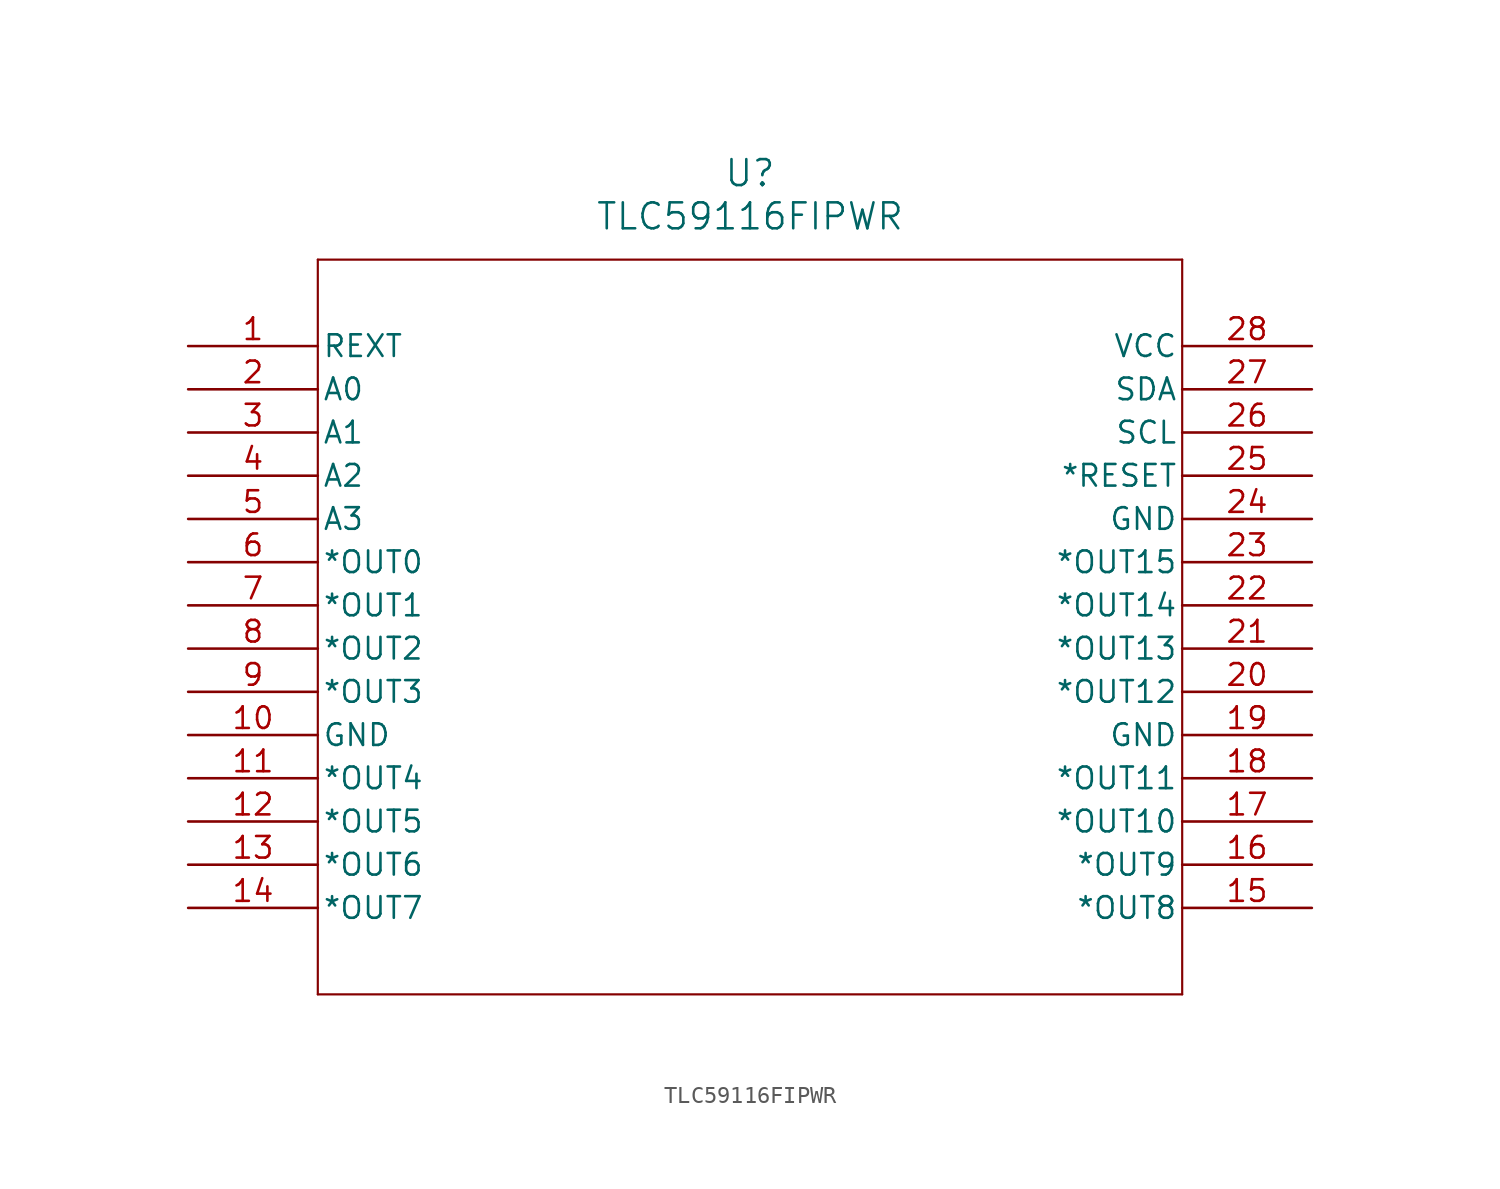
<source format=kicad_sym>
(kicad_symbol_lib
  (version 20220914)
  (generator kicad_symbol_editor)
  (symbol "TLC59116FIPWR"
    (pin_names
      (offset 0.254))
    (property "Reference" "U"
      (at 33.02 10.16 0)
      (effects (font (size 1.524 1.524))))
    (property "Value" "TLC59116FIPWR"
      (at 33.02 7.62 0)
      (effects (font (size 1.524 1.524))))
    (symbol "TLC59116FIPWR_0_1"
      (polyline (pts (xy 7.62 -38.1) (xy 58.42 -38.1)) (stroke (width 0.127) (type default)) (fill (type none)))
      (polyline (pts (xy 7.62 5.08) (xy 7.62 -38.1)) (stroke (width 0.127) (type default)) (fill (type none)))
      (polyline (pts (xy 58.42 -38.1) (xy 58.42 5.08)) (stroke (width 0.127) (type default)) (fill (type none)))
      (polyline (pts (xy 58.42 5.08) (xy 7.62 5.08)) (stroke (width 0.127) (type default)) (fill (type none)))
      (pin input line (at 0 0 0) (length 7.62) (name "REXT" (effects (font (size 1.27 1.27)))) (number "1" (effects (font (size 1.27 1.27)))))
      (pin power_in line (at 0 -22.86 0) (length 7.62) (name "GND" (effects (font (size 1.27 1.27)))) (number "10" (effects (font (size 1.27 1.27)))))
      (pin output line (at 0 -25.4 0) (length 7.62) (name "*OUT4" (effects (font (size 1.27 1.27)))) (number "11" (effects (font (size 1.27 1.27)))))
      (pin output line (at 0 -27.94 0) (length 7.62) (name "*OUT5" (effects (font (size 1.27 1.27)))) (number "12" (effects (font (size 1.27 1.27)))))
      (pin output line (at 0 -30.48 0) (length 7.62) (name "*OUT6" (effects (font (size 1.27 1.27)))) (number "13" (effects (font (size 1.27 1.27)))))
      (pin output line (at 0 -33.02 0) (length 7.62) (name "*OUT7" (effects (font (size 1.27 1.27)))) (number "14" (effects (font (size 1.27 1.27)))))
      (pin output line (at 66.04 -33.02 180) (length 7.62) (name "*OUT8" (effects (font (size 1.27 1.27)))) (number "15" (effects (font (size 1.27 1.27)))))
      (pin output line (at 66.04 -30.48 180) (length 7.62) (name "*OUT9" (effects (font (size 1.27 1.27)))) (number "16" (effects (font (size 1.27 1.27)))))
      (pin output line (at 66.04 -27.94 180) (length 7.62) (name "*OUT10" (effects (font (size 1.27 1.27)))) (number "17" (effects (font (size 1.27 1.27)))))
      (pin output line (at 66.04 -25.4 180) (length 7.62) (name "*OUT11" (effects (font (size 1.27 1.27)))) (number "18" (effects (font (size 1.27 1.27)))))
      (pin power_in line (at 66.04 -22.86 180) (length 7.62) (name "GND" (effects (font (size 1.27 1.27)))) (number "19" (effects (font (size 1.27 1.27)))))
      (pin input line (at 0 -2.54 0) (length 7.62) (name "A0" (effects (font (size 1.27 1.27)))) (number "2" (effects (font (size 1.27 1.27)))))
      (pin output line (at 66.04 -20.32 180) (length 7.62) (name "*OUT12" (effects (font (size 1.27 1.27)))) (number "20" (effects (font (size 1.27 1.27)))))
      (pin output line (at 66.04 -17.78 180) (length 7.62) (name "*OUT13" (effects (font (size 1.27 1.27)))) (number "21" (effects (font (size 1.27 1.27)))))
      (pin output line (at 66.04 -15.24 180) (length 7.62) (name "*OUT14" (effects (font (size 1.27 1.27)))) (number "22" (effects (font (size 1.27 1.27)))))
      (pin output line (at 66.04 -12.7 180) (length 7.62) (name "*OUT15" (effects (font (size 1.27 1.27)))) (number "23" (effects (font (size 1.27 1.27)))))
      (pin power_in line (at 66.04 -10.16 180) (length 7.62) (name "GND" (effects (font (size 1.27 1.27)))) (number "24" (effects (font (size 1.27 1.27)))))
      (pin input line (at 66.04 -7.62 180) (length 7.62) (name "*RESET" (effects (font (size 1.27 1.27)))) (number "25" (effects (font (size 1.27 1.27)))))
      (pin input line (at 66.04 -5.08 180) (length 7.62) (name "SCL" (effects (font (size 1.27 1.27)))) (number "26" (effects (font (size 1.27 1.27)))))
      (pin bidirectional line (at 66.04 -2.54 180) (length 7.62) (name "SDA" (effects (font (size 1.27 1.27)))) (number "27" (effects (font (size 1.27 1.27)))))
      (pin power_in line (at 66.04 0 180) (length 7.62) (name "VCC" (effects (font (size 1.27 1.27)))) (number "28" (effects (font (size 1.27 1.27)))))
      (pin input line (at 0 -5.08 0) (length 7.62) (name "A1" (effects (font (size 1.27 1.27)))) (number "3" (effects (font (size 1.27 1.27)))))
      (pin input line (at 0 -7.62 0) (length 7.62) (name "A2" (effects (font (size 1.27 1.27)))) (number "4" (effects (font (size 1.27 1.27)))))
      (pin input line (at 0 -10.16 0) (length 7.62) (name "A3" (effects (font (size 1.27 1.27)))) (number "5" (effects (font (size 1.27 1.27)))))
      (pin output line (at 0 -12.7 0) (length 7.62) (name "*OUT0" (effects (font (size 1.27 1.27)))) (number "6" (effects (font (size 1.27 1.27)))))
      (pin output line (at 0 -15.24 0) (length 7.62) (name "*OUT1" (effects (font (size 1.27 1.27)))) (number "7" (effects (font (size 1.27 1.27)))))
      (pin output line (at 0 -17.78 0) (length 7.62) (name "*OUT2" (effects (font (size 1.27 1.27)))) (number "8" (effects (font (size 1.27 1.27)))))
      (pin output line (at 0 -20.32 0) (length 7.62) (name "*OUT3" (effects (font (size 1.27 1.27)))) (number "9" (effects (font (size 1.27 1.27))))))))
</source>
